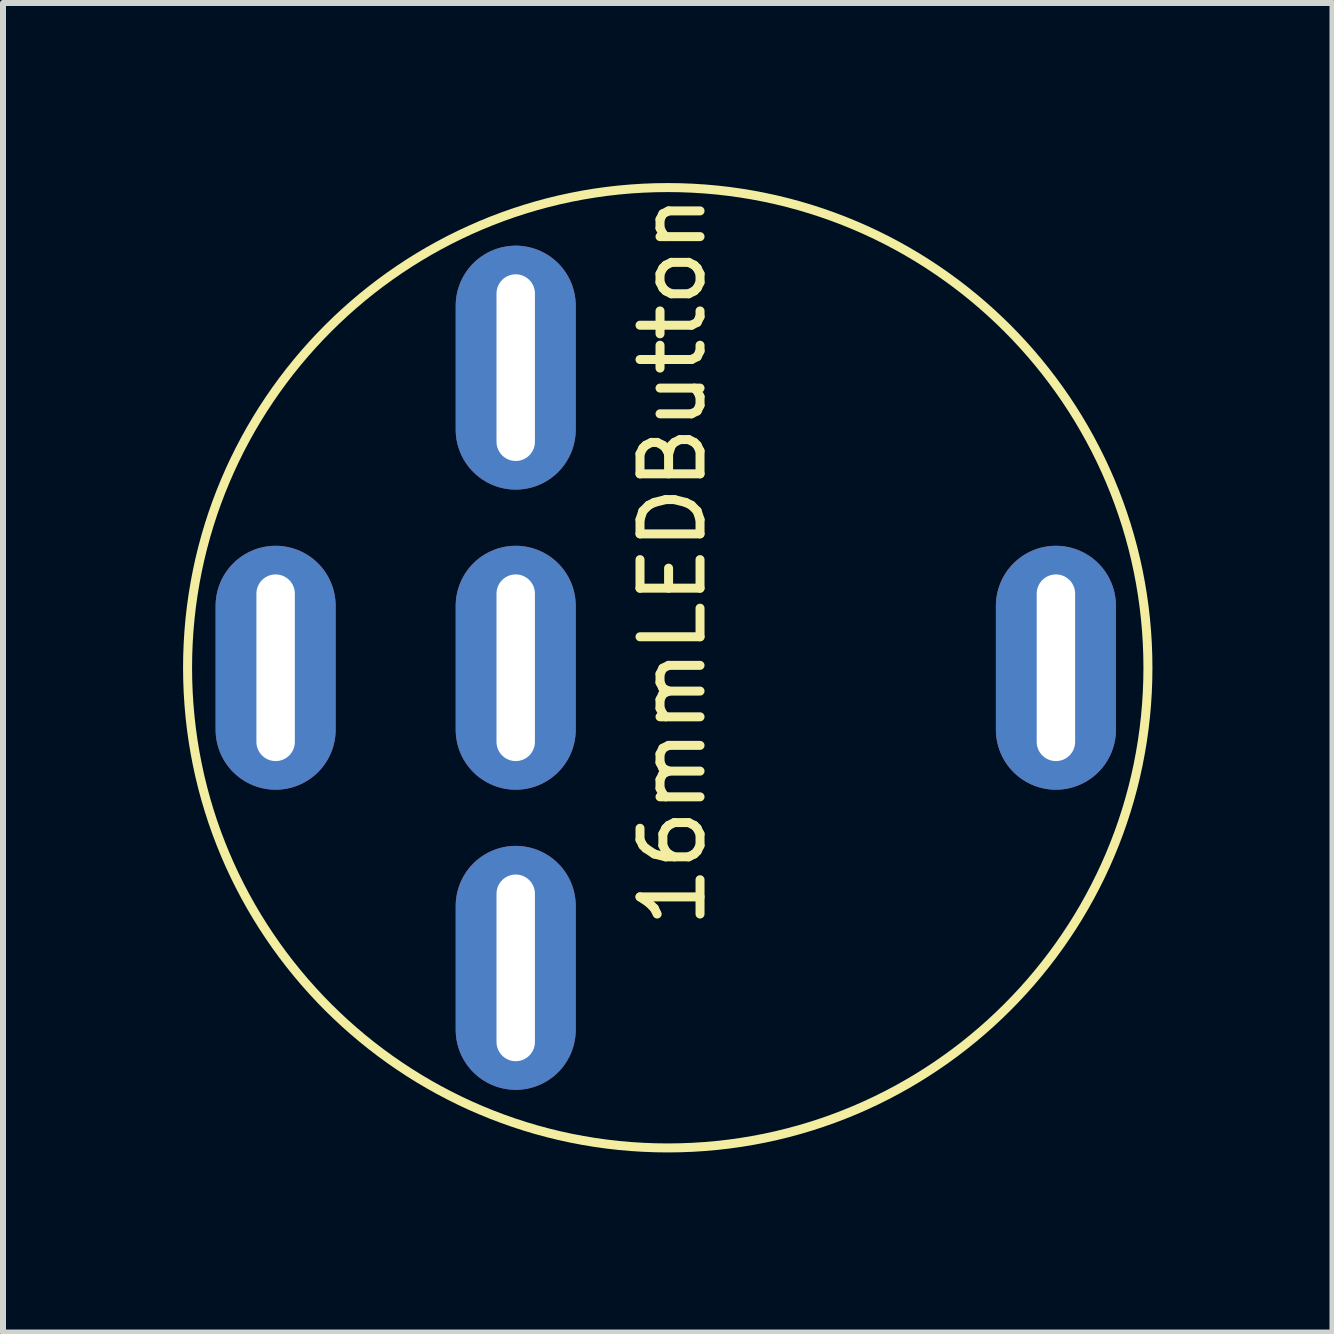
<source format=kicad_pcb>
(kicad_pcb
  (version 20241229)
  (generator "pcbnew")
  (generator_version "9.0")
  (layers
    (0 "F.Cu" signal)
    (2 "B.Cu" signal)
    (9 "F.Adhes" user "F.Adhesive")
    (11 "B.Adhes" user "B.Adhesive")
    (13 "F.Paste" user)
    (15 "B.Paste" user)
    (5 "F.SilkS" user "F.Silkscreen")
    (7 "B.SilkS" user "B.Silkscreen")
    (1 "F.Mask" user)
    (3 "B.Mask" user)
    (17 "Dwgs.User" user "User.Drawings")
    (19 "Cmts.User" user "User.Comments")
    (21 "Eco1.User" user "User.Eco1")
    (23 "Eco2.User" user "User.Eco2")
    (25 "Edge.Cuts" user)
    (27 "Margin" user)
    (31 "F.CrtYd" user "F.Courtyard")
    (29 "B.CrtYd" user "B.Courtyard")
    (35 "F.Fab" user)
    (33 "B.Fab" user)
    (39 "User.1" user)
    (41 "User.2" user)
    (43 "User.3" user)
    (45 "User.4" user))
  (footprint "16mmLEDButton"
    (layer "F.Cu")
    (at 5.542 8.075)
    (property "Reference" "16mmLEDButton" (at 2.616 -1.778 90) (layer "F.SilkS") (effects (font (size 1 1) (thickness 0.15))))
    (attr through_hole)
    (fp_circle (center 2.533 0) (end 10.533 0) (stroke (width 0.15) (type solid)) (fill no) (layer "F.SilkS"))
    (pad "A" thru_hole oval (at -4 0 90) (size 4.064 2) (drill oval 3.11 0.64) (layers "*.Cu" "*.Mask"))
    (pad "COM" thru_hole oval (at 0 5 90) (size 4.064 2) (drill oval 3.11 0.64) (layers "*.Cu" "*.Mask"))
    (pad "K" thru_hole oval (at 9 0 90) (size 4.064 2) (drill oval 3.11 0.64) (layers "*.Cu" "*.Mask"))
    (pad "NC" thru_hole oval (at 0 -5 90) (size 4.064 2) (drill oval 3.11 0.64) (layers "*.Cu" "*.Mask"))
    (pad "NO" thru_hole oval (at 0 0 90) (size 4.064 2) (drill oval 3.11 0.64) (layers "*.Cu" "*.Mask")))
  (gr_rect
    (start -3 -3)
    (end 19.15 19.15)
    (stroke (width 0.1) (type default))
    (fill no)
    (layer "Edge.Cuts")))
</source>
